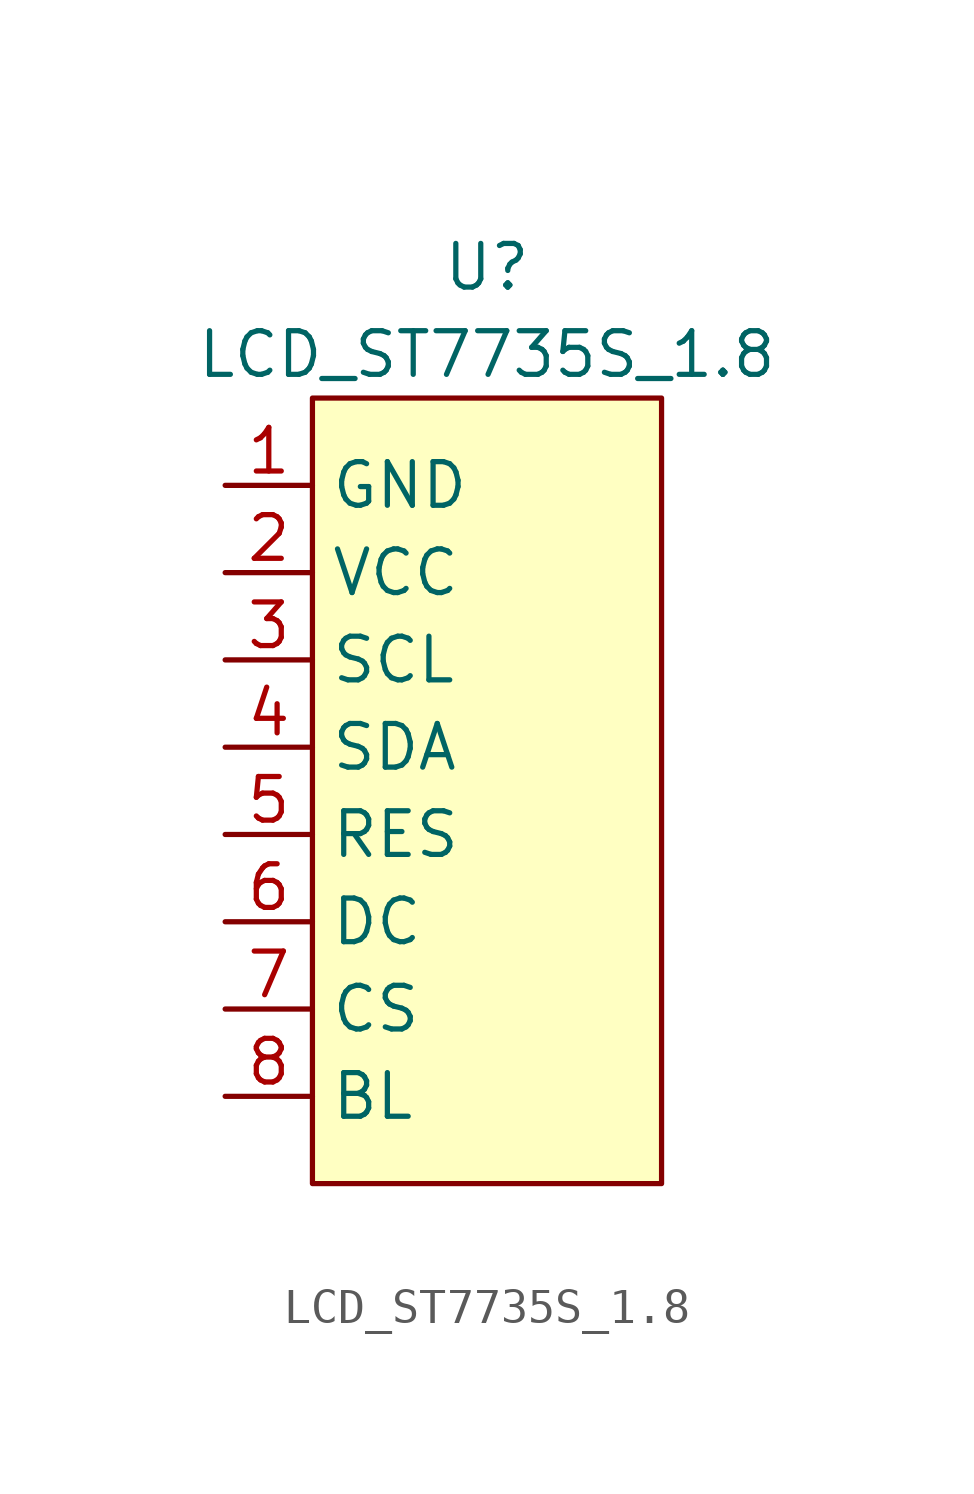
<source format=kicad_sym>
(kicad_symbol_lib
  (version 20220914)
  (generator kicad_symbol_editor)
  (symbol "LCD_ST7735S_1.8"
    (property "Reference" "U"
      (at 0 26.67 0)
      (effects (font (size 1.27 1.27))))
    (property "Value" "LCD_ST7735S_1.8"
      (at 0 24.13 0)
      (effects (font (size 1.27 1.27))))
    (symbol "LCD_ST7735S_1.8_0_1"
      (rectangle (start 5.08 22.86) (end -5.08 0) (stroke (width 0) (type default)) (fill (type background))))
    (symbol "LCD_ST7735S_1.8_1_1"
      (pin power_in line (at -7.62 20.32 0) (length 2.54) (name "GND" (effects (font (size 1.27 1.27)))) (number "1" (effects (font (size 1.27 1.27)))))
      (pin power_in line (at -7.62 17.78 0) (length 2.54) (name "VCC" (effects (font (size 1.27 1.27)))) (number "2" (effects (font (size 1.27 1.27)))))
      (pin input line (at -7.62 15.24 0) (length 2.54) (name "SCL" (effects (font (size 1.27 1.27)))) (number "3" (effects (font (size 1.27 1.27)))))
      (pin input line (at -7.62 12.7 0) (length 2.54) (name "SDA" (effects (font (size 1.27 1.27)))) (number "4" (effects (font (size 1.27 1.27)))))
      (pin input line (at -7.62 10.16 0) (length 2.54) (name "RES" (effects (font (size 1.27 1.27)))) (number "5" (effects (font (size 1.27 1.27)))))
      (pin input line (at -7.62 7.62 0) (length 2.54) (name "DC" (effects (font (size 1.27 1.27)))) (number "6" (effects (font (size 1.27 1.27)))))
      (pin input line (at -7.62 5.08 0) (length 2.54) (name "CS" (effects (font (size 1.27 1.27)))) (number "7" (effects (font (size 1.27 1.27)))))
      (pin input line (at -7.62 2.54 0) (length 2.54) (name "BL" (effects (font (size 1.27 1.27)))) (number "8" (effects (font (size 1.27 1.27))))))))
</source>
